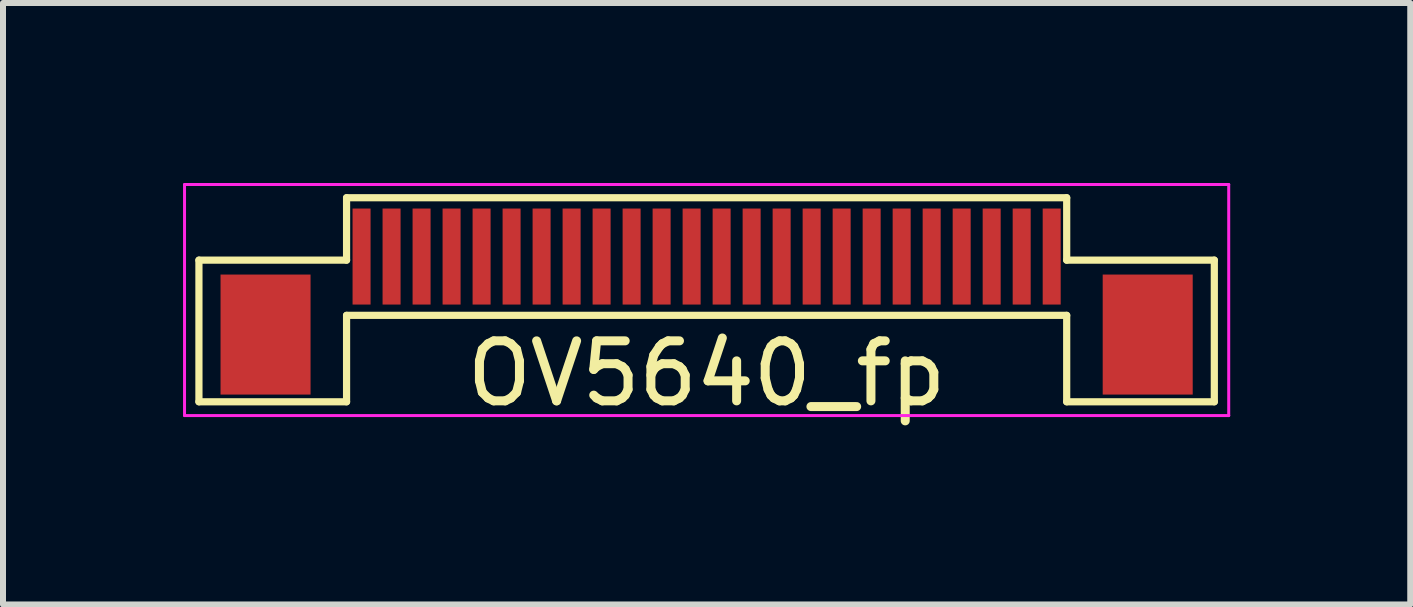
<source format=kicad_pcb>
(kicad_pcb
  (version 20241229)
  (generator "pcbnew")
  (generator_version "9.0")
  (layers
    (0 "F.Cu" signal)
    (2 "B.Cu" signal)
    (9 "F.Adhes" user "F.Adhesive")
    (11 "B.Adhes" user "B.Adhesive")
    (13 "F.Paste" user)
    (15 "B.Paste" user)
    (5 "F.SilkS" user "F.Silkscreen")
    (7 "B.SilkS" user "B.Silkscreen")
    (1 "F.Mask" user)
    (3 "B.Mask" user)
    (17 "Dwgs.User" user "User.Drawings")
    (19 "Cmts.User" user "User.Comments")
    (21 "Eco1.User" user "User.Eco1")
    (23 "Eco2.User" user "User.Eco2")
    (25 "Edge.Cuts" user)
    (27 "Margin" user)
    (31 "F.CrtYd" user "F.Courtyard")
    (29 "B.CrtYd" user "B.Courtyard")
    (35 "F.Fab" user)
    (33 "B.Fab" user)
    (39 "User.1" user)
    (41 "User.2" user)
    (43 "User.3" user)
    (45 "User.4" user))
  (footprint "OV5640_fp"
    (layer "F.Cu")
    (at 8.725 1.225)
    (property "Reference" "OV5640_fp" (at 0 1.95 0) (layer "F.SilkS") (effects (font (size 1 1) (thickness 0.15))))
    (attr smd)
    (fp_line (start -8.46 0.06) (end -6 0.06) (stroke (width 0.12) (type default)) (layer "F.SilkS"))
    (fp_line (start -8.46 2.42) (end -8.46 0.06) (stroke (width 0.12) (type default)) (layer "F.SilkS"))
    (fp_line (start -6 -0.98) (end 6 -0.98) (stroke (width 0.12) (type default)) (layer "F.SilkS"))
    (fp_line (start -6 0.06) (end -6 -0.98) (stroke (width 0.12) (type default)) (layer "F.SilkS"))
    (fp_line (start -6 0.98) (end -6 2.42) (stroke (width 0.12) (type default)) (layer "F.SilkS"))
    (fp_line (start -6 0.98) (end 6 0.98) (stroke (width 0.12) (type default)) (layer "F.SilkS"))
    (fp_line (start -6 2.42) (end -8.46 2.42) (stroke (width 0.12) (type default)) (layer "F.SilkS"))
    (fp_line (start 6 0.06) (end 6 -0.98) (stroke (width 0.12) (type default)) (layer "F.SilkS"))
    (fp_line (start 6 0.98) (end 6 2.42) (stroke (width 0.12) (type default)) (layer "F.SilkS"))
    (fp_line (start 6 2.42) (end 8.46 2.42) (stroke (width 0.12) (type default)) (layer "F.SilkS"))
    (fp_line (start 8.46 0.06) (end 6 0.06) (stroke (width 0.12) (type default)) (layer "F.SilkS"))
    (fp_line (start 8.46 2.42) (end 8.46 0.06) (stroke (width 0.12) (type default)) (layer "F.SilkS"))
    (fp_line (start -8.7 -1.2) (end -8.7 2.65) (stroke (width 0.05) (type default)) (layer "F.CrtYd"))
    (fp_line (start -8.7 -1.2) (end 8.7 -1.2) (stroke (width 0.05) (type default)) (layer "F.CrtYd"))
    (fp_line (start -8.7 2.65) (end 8.7 2.65) (stroke (width 0.05) (type default)) (layer "F.CrtYd"))
    (fp_line (start 8.7 -1.2) (end 8.7 2.65) (stroke (width 0.05) (type default)) (layer "F.CrtYd"))
    (pad "0" smd rect (at -7.35 1.3) (size 1.5 2) (layers "F.Cu" "F.Mask" "F.Paste"))
    (pad "0" smd rect (at 7.35 1.3) (size 1.5 2) (layers "F.Cu" "F.Mask" "F.Paste"))
    (pad "1" smd rect (at -5.75 0) (size 0.3 1.6) (layers "F.Cu" "F.Mask" "F.Paste"))
    (pad "2" smd rect (at -5.25 0) (size 0.3 1.6) (layers "F.Cu" "F.Mask" "F.Paste"))
    (pad "3" smd rect (at -4.75 0) (size 0.3 1.6) (layers "F.Cu" "F.Mask" "F.Paste"))
    (pad "4" smd rect (at -4.25 0) (size 0.3 1.6) (layers "F.Cu" "F.Mask" "F.Paste"))
    (pad "5" smd rect (at -3.75 0) (size 0.3 1.6) (layers "F.Cu" "F.Mask" "F.Paste"))
    (pad "6" smd rect (at -3.25 0) (size 0.3 1.6) (layers "F.Cu" "F.Mask" "F.Paste"))
    (pad "7" smd rect (at -2.75 0) (size 0.3 1.6) (layers "F.Cu" "F.Mask" "F.Paste"))
    (pad "8" smd rect (at -2.25 0) (size 0.3 1.6) (layers "F.Cu" "F.Mask" "F.Paste"))
    (pad "9" smd rect (at -1.75 0) (size 0.3 1.6) (layers "F.Cu" "F.Mask" "F.Paste"))
    (pad "10" smd rect (at -1.25 0) (size 0.3 1.6) (layers "F.Cu" "F.Mask" "F.Paste"))
    (pad "11" smd rect (at -0.75 0) (size 0.3 1.6) (layers "F.Cu" "F.Mask" "F.Paste"))
    (pad "12" smd rect (at -0.25 0) (size 0.3 1.6) (layers "F.Cu" "F.Mask" "F.Paste"))
    (pad "13" smd rect (at 0.25 0) (size 0.3 1.6) (layers "F.Cu" "F.Mask" "F.Paste"))
    (pad "14" smd rect (at 0.75 0) (size 0.3 1.6) (layers "F.Cu" "F.Mask" "F.Paste"))
    (pad "15" smd rect (at 1.25 0) (size 0.3 1.6) (layers "F.Cu" "F.Mask" "F.Paste"))
    (pad "16" smd rect (at 1.75 0) (size 0.3 1.6) (layers "F.Cu" "F.Mask" "F.Paste"))
    (pad "17" smd rect (at 2.25 0) (size 0.3 1.6) (layers "F.Cu" "F.Mask" "F.Paste"))
    (pad "18" smd rect (at 2.75 0) (size 0.3 1.6) (layers "F.Cu" "F.Mask" "F.Paste"))
    (pad "19" smd rect (at 3.25 0) (size 0.3 1.6) (layers "F.Cu" "F.Mask" "F.Paste"))
    (pad "20" smd rect (at 3.75 0) (size 0.3 1.6) (layers "F.Cu" "F.Mask" "F.Paste"))
    (pad "21" smd rect (at 4.25 0) (size 0.3 1.6) (layers "F.Cu" "F.Mask" "F.Paste"))
    (pad "22" smd rect (at 4.75 0) (size 0.3 1.6) (layers "F.Cu" "F.Mask" "F.Paste"))
    (pad "23" smd rect (at 5.25 0) (size 0.3 1.6) (layers "F.Cu" "F.Mask" "F.Paste"))
    (pad "24" smd rect (at 5.75 0) (size 0.3 1.6) (layers "F.Cu" "F.Mask" "F.Paste")))
  (gr_rect
    (start -3 -3)
    (end 20.45 7.023)
    (stroke (width 0.1) (type default))
    (fill no)
    (layer "Edge.Cuts")))
</source>
